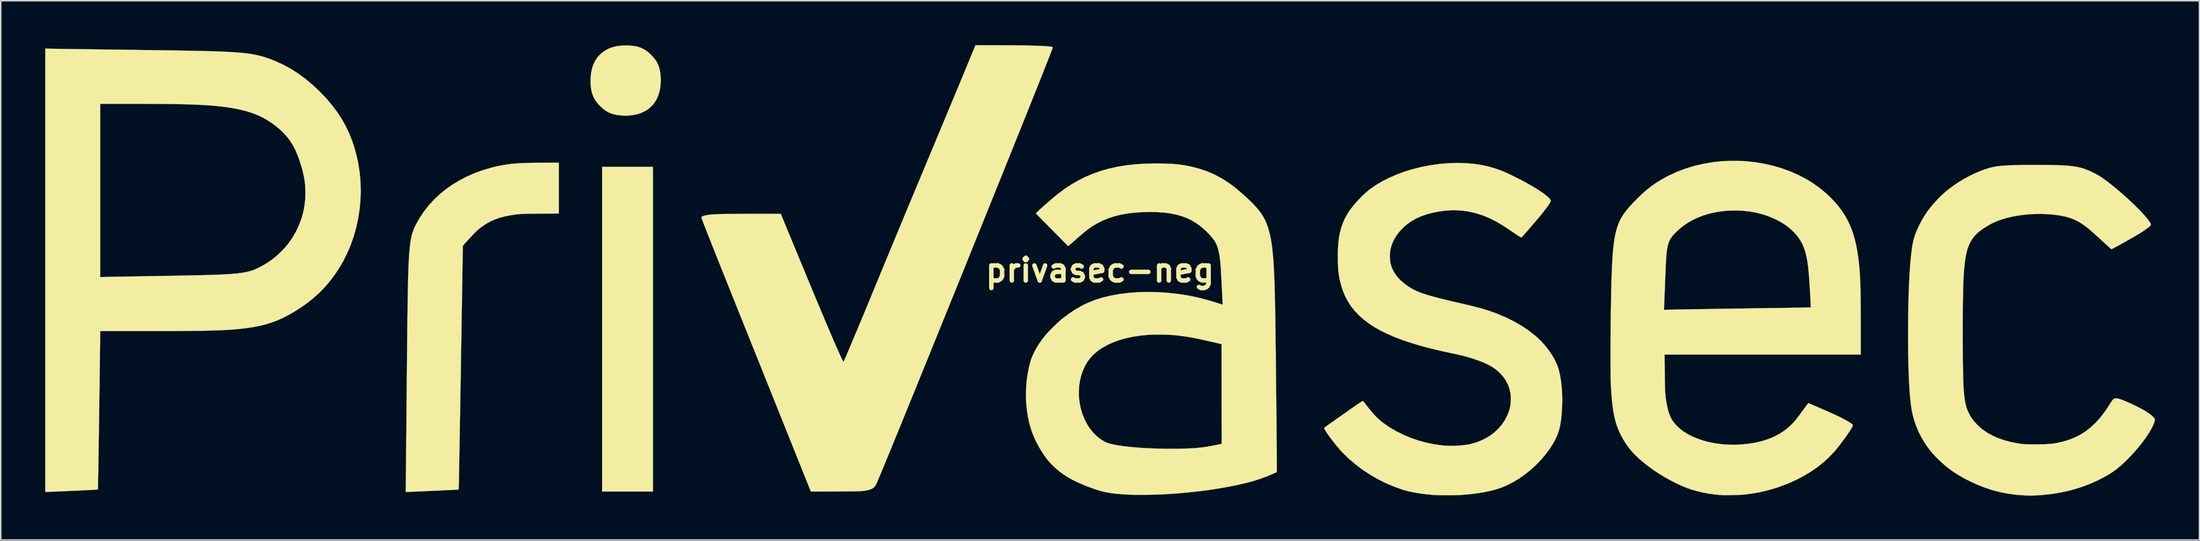
<source format=kicad_pcb>
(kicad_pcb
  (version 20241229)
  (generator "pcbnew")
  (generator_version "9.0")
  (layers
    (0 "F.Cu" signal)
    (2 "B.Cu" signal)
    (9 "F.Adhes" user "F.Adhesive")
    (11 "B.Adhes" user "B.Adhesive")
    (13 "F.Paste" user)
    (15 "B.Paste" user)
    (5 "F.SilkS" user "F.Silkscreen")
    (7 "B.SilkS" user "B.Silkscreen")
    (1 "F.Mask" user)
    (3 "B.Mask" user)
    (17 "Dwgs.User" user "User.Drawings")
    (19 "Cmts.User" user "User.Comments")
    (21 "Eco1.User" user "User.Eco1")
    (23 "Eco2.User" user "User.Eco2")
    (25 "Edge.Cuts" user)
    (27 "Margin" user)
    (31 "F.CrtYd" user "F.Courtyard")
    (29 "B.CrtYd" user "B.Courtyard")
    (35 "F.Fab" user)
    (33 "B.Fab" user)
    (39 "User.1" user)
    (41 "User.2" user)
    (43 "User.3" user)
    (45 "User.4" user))
  (footprint "privasec-neg"
    (layer "F.Cu")
    (at 71.167 15.203)
    (property "Reference" "privasec-neg" (at 0 0 0) (layer "F.SilkS") (effects (font (size 1.524 1.524) (thickness 0.3))))
    (attr through_hole)
    (fp_poly (pts (xy -30.163 14.944) (xy -33.592 14.944) (xy -33.592 -6.985) (xy -30.163 -6.985) (xy -30.163 14.944)) (stroke (width 0.01) (type solid)) (fill yes) (layer "F.SilkS"))
    (fp_poly (pts (xy -31.687 -15.174) (xy -31.425 -15.147) (xy -31.189 -15.098) (xy -30.974 -15.026) (xy -30.774 -14.928) (xy -30.582 -14.803) (xy -30.393 -14.648) (xy -30.316 -14.577) (xy -30.128 -14.378) (xy -29.973 -14.175) (xy -29.85 -13.961) (xy -29.756 -13.733) (xy -29.691 -13.484) (xy -29.65 -13.21) (xy -29.634 -12.906) (xy -29.634 -12.827) (xy -29.65 -12.479) (xy -29.7 -12.156) (xy -29.783 -11.857) (xy -29.897 -11.584) (xy -30.042 -11.338) (xy -30.218 -11.12) (xy -30.423 -10.93) (xy -30.657 -10.771) (xy -30.919 -10.642) (xy -31.21 -10.544) (xy -31.298 -10.522) (xy -31.403 -10.502) (xy -31.532 -10.482) (xy -31.674 -10.464) (xy -31.815 -10.45) (xy -31.943 -10.441) (xy -32.046 -10.438) (xy -32.068 -10.439) (xy -32.123 -10.441) (xy -32.205 -10.447) (xy -32.3 -10.454) (xy -32.333 -10.457) (xy -32.614 -10.492) (xy -32.865 -10.55) (xy -33.093 -10.634) (xy -33.305 -10.748) (xy -33.509 -10.893) (xy -33.679 -11.044) (xy -33.87 -11.243) (xy -34.027 -11.447) (xy -34.152 -11.661) (xy -34.247 -11.889) (xy -34.315 -12.136) (xy -34.355 -12.407) (xy -34.371 -12.705) (xy -34.368 -12.943) (xy -34.339 -13.286) (xy -34.279 -13.6) (xy -34.187 -13.886) (xy -34.063 -14.146) (xy -33.907 -14.379) (xy -33.719 -14.586) (xy -33.584 -14.703) (xy -33.359 -14.858) (xy -33.116 -14.982) (xy -32.852 -15.076) (xy -32.565 -15.14) (xy -32.25 -15.175) (xy -31.983 -15.183) (xy -31.687 -15.174)) (stroke (width 0.01) (type solid)) (fill yes) (layer "F.SilkS"))
    (fp_poly (pts (xy -36.513 -3.836) (xy -37.777 -3.825) (xy -38.075 -3.822) (xy -38.334 -3.819) (xy -38.557 -3.815) (xy -38.747 -3.811) (xy -38.908 -3.806) (xy -39.043 -3.801) (xy -39.156 -3.795) (xy -39.249 -3.788) (xy -39.322 -3.781) (xy -39.744 -3.721) (xy -40.131 -3.645) (xy -40.488 -3.55) (xy -40.817 -3.435) (xy -41.124 -3.3) (xy -41.413 -3.141) (xy -41.687 -2.958) (xy -41.744 -2.916) (xy -41.831 -2.849) (xy -41.913 -2.782) (xy -41.995 -2.71) (xy -42.082 -2.629) (xy -42.178 -2.535) (xy -42.287 -2.423) (xy -42.415 -2.288) (xy -42.565 -2.127) (xy -42.591 -2.1) (xy -42.709 -1.972) (xy -42.802 -1.871) (xy -42.872 -1.792) (xy -42.922 -1.732) (xy -42.956 -1.687) (xy -42.976 -1.652) (xy -42.987 -1.624) (xy -42.99 -1.599) (xy -42.991 -1.592) (xy -42.995 -1.278) (xy -43.001 -0.937) (xy -43.006 -0.572) (xy -43.012 -0.184) (xy -43.019 0.225) (xy -43.025 0.653) (xy -43.032 1.099) (xy -43.04 1.561) (xy -43.048 2.038) (xy -43.056 2.528) (xy -43.064 3.028) (xy -43.072 3.538) (xy -43.081 4.055) (xy -43.089 4.579) (xy -43.098 5.107) (xy -43.107 5.637) (xy -43.116 6.168) (xy -43.124 6.698) (xy -43.133 7.226) (xy -43.142 7.75) (xy -43.151 8.268) (xy -43.16 8.779) (xy -43.168 9.28) (xy -43.176 9.77) (xy -43.185 10.248) (xy -43.193 10.711) (xy -43.2 11.158) (xy -43.208 11.588) (xy -43.215 11.998) (xy -43.222 12.388) (xy -43.228 12.754) (xy -43.235 13.096) (xy -43.24 13.412) (xy -43.246 13.701) (xy -43.25 13.959) (xy -43.255 14.187) (xy -43.258 14.382) (xy -43.262 14.542) (xy -43.264 14.666) (xy -43.266 14.752) (xy -43.268 14.798) (xy -43.268 14.806) (xy -43.291 14.809) (xy -43.351 14.813) (xy -43.447 14.819) (xy -43.573 14.826) (xy -43.726 14.834) (xy -43.902 14.843) (xy -44.097 14.852) (xy -44.308 14.862) (xy -44.531 14.873) (xy -44.761 14.884) (xy -44.995 14.894) (xy -45.229 14.905) (xy -45.46 14.915) (xy -45.682 14.925) (xy -45.894 14.934) (xy -46.09 14.942) (xy -46.267 14.95) (xy -46.421 14.956) (xy -46.548 14.96) (xy -46.644 14.963) (xy -46.707 14.965) (xy -46.712 14.965) (xy -46.846 14.965) (xy -46.833 13.944) (xy -46.831 13.806) (xy -46.829 13.628) (xy -46.827 13.415) (xy -46.824 13.169) (xy -46.821 12.894) (xy -46.818 12.592) (xy -46.815 12.267) (xy -46.811 11.921) (xy -46.808 11.559) (xy -46.804 11.183) (xy -46.8 10.797) (xy -46.797 10.403) (xy -46.793 10.005) (xy -46.79 9.605) (xy -46.788 9.461) (xy -46.781 8.693) (xy -46.775 7.966) (xy -46.768 7.279) (xy -46.762 6.63) (xy -46.756 6.018) (xy -46.75 5.441) (xy -46.745 4.899) (xy -46.739 4.39) (xy -46.734 3.913) (xy -46.729 3.466) (xy -46.723 3.047) (xy -46.718 2.657) (xy -46.713 2.293) (xy -46.708 1.953) (xy -46.702 1.638) (xy -46.697 1.344) (xy -46.691 1.072) (xy -46.686 0.82) (xy -46.68 0.585) (xy -46.674 0.368) (xy -46.668 0.166) (xy -46.662 -0.022) (xy -46.655 -0.196) (xy -46.649 -0.359) (xy -46.642 -0.512) (xy -46.634 -0.655) (xy -46.627 -0.791) (xy -46.619 -0.921) (xy -46.61 -1.046) (xy -46.602 -1.167) (xy -46.597 -1.228) (xy -46.569 -1.543) (xy -46.537 -1.823) (xy -46.497 -2.074) (xy -46.449 -2.304) (xy -46.389 -2.519) (xy -46.317 -2.726) (xy -46.229 -2.931) (xy -46.124 -3.143) (xy -45.999 -3.367) (xy -45.898 -3.539) (xy -45.61 -3.972) (xy -45.288 -4.383) (xy -44.932 -4.772) (xy -44.543 -5.138) (xy -44.125 -5.478) (xy -43.678 -5.792) (xy -43.204 -6.078) (xy -42.706 -6.336) (xy -42.184 -6.564) (xy -41.641 -6.761) (xy -41.078 -6.926) (xy -40.971 -6.953) (xy -40.733 -7.01) (xy -40.504 -7.059) (xy -40.28 -7.102) (xy -40.057 -7.139) (xy -39.829 -7.17) (xy -39.592 -7.195) (xy -39.342 -7.216) (xy -39.074 -7.232) (xy -38.783 -7.244) (xy -38.465 -7.253) (xy -38.116 -7.258) (xy -37.73 -7.26) (xy -37.597 -7.26) (xy -36.513 -7.26) (xy -36.513 -3.836)) (stroke (width 0.01) (type solid)) (fill yes) (layer "F.SilkS"))
    (fp_poly (pts (xy -6.946 -15.197) (xy -6.49 -15.196) (xy -6.056 -15.194) (xy -5.646 -15.19) (xy -5.261 -15.185) (xy -4.904 -15.179) (xy -4.575 -15.172) (xy -4.278 -15.163) (xy -4.013 -15.153) (xy -3.782 -15.142) (xy -3.587 -15.13) (xy -3.43 -15.117) (xy -3.312 -15.103) (xy -3.26 -15.094) (xy -3.209 -15.078) (xy -3.191 -15.054) (xy -3.191 -15.031) (xy -3.2 -15) (xy -3.225 -14.931) (xy -3.264 -14.825) (xy -3.318 -14.684) (xy -3.387 -14.508) (xy -3.468 -14.299) (xy -3.563 -14.057) (xy -3.67 -13.785) (xy -3.79 -13.483) (xy -3.921 -13.152) (xy -4.063 -12.794) (xy -4.216 -12.41) (xy -4.38 -12.001) (xy -4.553 -11.568) (xy -4.735 -11.112) (xy -4.926 -10.635) (xy -5.125 -10.137) (xy -5.332 -9.621) (xy -5.547 -9.086) (xy -5.768 -8.535) (xy -5.996 -7.968) (xy -6.229 -7.387) (xy -6.469 -6.792) (xy -6.713 -6.186) (xy -6.961 -5.569) (xy -7.214 -4.942) (xy -7.47 -4.306) (xy -7.729 -3.664) (xy -7.99 -3.015) (xy -8.254 -2.361) (xy -8.519 -1.704) (xy -8.786 -1.044) (xy -9.053 -0.382) (xy -9.32 0.279) (xy -9.587 0.94) (xy -9.853 1.598) (xy -10.118 2.253) (xy -10.382 2.904) (xy -10.643 3.549) (xy -10.901 4.186) (xy -11.156 4.816) (xy -11.408 5.437) (xy -11.655 6.047) (xy -11.898 6.645) (xy -12.136 7.231) (xy -12.368 7.802) (xy -12.594 8.359) (xy -12.814 8.899) (xy -13.026 9.421) (xy -13.231 9.925) (xy -13.429 10.409) (xy -13.618 10.871) (xy -13.797 11.312) (xy -13.968 11.729) (xy -14.129 12.121) (xy -14.279 12.488) (xy -14.419 12.827) (xy -14.547 13.138) (xy -14.663 13.42) (xy -14.768 13.672) (xy -14.859 13.891) (xy -14.938 14.078) (xy -15.002 14.23) (xy -15.053 14.348) (xy -15.089 14.428) (xy -15.106 14.465) (xy -15.172 14.575) (xy -15.254 14.665) (xy -15.355 14.738) (xy -15.481 14.797) (xy -15.637 14.844) (xy -15.828 14.882) (xy -15.899 14.893) (xy -15.949 14.9) (xy -16.006 14.906) (xy -16.071 14.911) (xy -16.149 14.915) (xy -16.243 14.919) (xy -16.355 14.923) (xy -16.488 14.926) (xy -16.646 14.928) (xy -16.832 14.931) (xy -17.049 14.933) (xy -17.299 14.935) (xy -17.587 14.937) (xy -17.823 14.938) (xy -19.506 14.947) (xy -20.259 13.067) (xy -20.323 12.905) (xy -20.403 12.706) (xy -20.497 12.472) (xy -20.604 12.204) (xy -20.725 11.904) (xy -20.857 11.574) (xy -21 11.216) (xy -21.154 10.832) (xy -21.318 10.423) (xy -21.491 9.992) (xy -21.672 9.54) (xy -21.86 9.069) (xy -22.056 8.582) (xy -22.257 8.079) (xy -22.464 7.563) (xy -22.675 7.036) (xy -22.89 6.499) (xy -23.109 5.955) (xy -23.329 5.405) (xy -23.551 4.851) (xy -23.774 4.295) (xy -23.96 3.832) (xy -24.221 3.179) (xy -24.467 2.565) (xy -24.699 1.987) (xy -24.915 1.446) (xy -25.118 0.94) (xy -25.307 0.467) (xy -25.483 0.027) (xy -25.646 -0.381) (xy -25.797 -0.759) (xy -25.936 -1.107) (xy -26.063 -1.427) (xy -26.179 -1.719) (xy -26.285 -1.986) (xy -26.38 -2.227) (xy -26.466 -2.444) (xy -26.542 -2.638) (xy -26.61 -2.811) (xy -26.669 -2.962) (xy -26.72 -3.094) (xy -26.763 -3.208) (xy -26.799 -3.304) (xy -26.828 -3.383) (xy -26.852 -3.447) (xy -26.869 -3.498) (xy -26.881 -3.534) (xy -26.887 -3.559) (xy -26.889 -3.573) (xy -26.889 -3.576) (xy -26.856 -3.62) (xy -26.788 -3.659) (xy -26.684 -3.693) (xy -26.543 -3.722) (xy -26.364 -3.748) (xy -26.145 -3.769) (xy -25.886 -3.786) (xy -25.855 -3.788) (xy -25.774 -3.791) (xy -25.654 -3.794) (xy -25.499 -3.797) (xy -25.314 -3.8) (xy -25.101 -3.802) (xy -24.866 -3.805) (xy -24.61 -3.806) (xy -24.339 -3.808) (xy -24.056 -3.809) (xy -23.765 -3.81) (xy -23.494 -3.81) (xy -21.536 -3.81) (xy -20.406 -1.074) (xy -20.132 -0.412) (xy -19.873 0.213) (xy -19.63 0.8) (xy -19.401 1.35) (xy -19.187 1.866) (xy -18.986 2.347) (xy -18.799 2.794) (xy -18.625 3.209) (xy -18.463 3.593) (xy -18.313 3.946) (xy -18.176 4.269) (xy -18.049 4.564) (xy -17.934 4.832) (xy -17.829 5.073) (xy -17.734 5.288) (xy -17.649 5.478) (xy -17.574 5.645) (xy -17.507 5.789) (xy -17.449 5.911) (xy -17.409 5.992) (xy -17.309 6.19) (xy -17.272 6.116) (xy -17.247 6.064) (xy -17.206 5.973) (xy -17.15 5.845) (xy -17.08 5.681) (xy -16.996 5.483) (xy -16.897 5.251) (xy -16.786 4.986) (xy -16.662 4.69) (xy -16.525 4.364) (xy -16.377 4.009) (xy -16.217 3.625) (xy -16.046 3.215) (xy -15.865 2.779) (xy -15.674 2.318) (xy -15.474 1.834) (xy -15.264 1.327) (xy -15.046 0.799) (xy -14.948 0.561) (xy -14.405 -0.754) (xy -13.873 -2.038) (xy -13.35 -3.3) (xy -12.831 -4.548) (xy -12.313 -5.792) (xy -12.177 -6.117) (xy -11.889 -6.808) (xy -11.617 -7.46) (xy -11.36 -8.076) (xy -11.118 -8.656) (xy -10.891 -9.201) (xy -10.678 -9.712) (xy -10.478 -10.191) (xy -10.292 -10.638) (xy -10.118 -11.055) (xy -9.956 -11.443) (xy -9.807 -11.802) (xy -9.669 -12.134) (xy -9.541 -12.44) (xy -9.424 -12.722) (xy -9.317 -12.979) (xy -9.22 -13.213) (xy -9.132 -13.426) (xy -9.052 -13.618) (xy -8.986 -13.78) (xy -8.899 -13.99) (xy -8.815 -14.193) (xy -8.736 -14.384) (xy -8.664 -14.559) (xy -8.599 -14.714) (xy -8.545 -14.845) (xy -8.503 -14.948) (xy -8.473 -15.019) (xy -8.463 -15.044) (xy -8.399 -15.198) (xy -6.946 -15.197)) (stroke (width 0.01) (type solid)) (fill yes) (layer "F.SilkS"))
    (fp_poly (pts (xy -70.353 -14.956) (xy -70.218 -14.954) (xy -70.046 -14.951) (xy -69.839 -14.948) (xy -69.602 -14.944) (xy -69.34 -14.941) (xy -69.055 -14.937) (xy -68.753 -14.932) (xy -68.437 -14.928) (xy -68.111 -14.923) (xy -67.78 -14.919) (xy -67.447 -14.915) (xy -67.204 -14.911) (xy -66.536 -14.902) (xy -65.908 -14.894) (xy -65.32 -14.886) (xy -64.769 -14.879) (xy -64.255 -14.871) (xy -63.775 -14.864) (xy -63.328 -14.858) (xy -62.912 -14.852) (xy -62.526 -14.846) (xy -62.168 -14.84) (xy -61.837 -14.834) (xy -61.531 -14.829) (xy -61.249 -14.824) (xy -60.988 -14.819) (xy -60.748 -14.814) (xy -60.527 -14.809) (xy -60.323 -14.804) (xy -60.135 -14.799) (xy -59.961 -14.794) (xy -59.8 -14.789) (xy -59.649 -14.784) (xy -59.508 -14.779) (xy -59.375 -14.774) (xy -59.373 -14.774) (xy -58.96 -14.755) (xy -58.585 -14.735) (xy -58.245 -14.713) (xy -57.935 -14.687) (xy -57.65 -14.657) (xy -57.387 -14.623) (xy -57.142 -14.584) (xy -56.91 -14.538) (xy -56.688 -14.486) (xy -56.471 -14.426) (xy -56.256 -14.359) (xy -56.037 -14.282) (xy -55.811 -14.196) (xy -55.658 -14.134) (xy -55.136 -13.897) (xy -54.625 -13.621) (xy -54.126 -13.305) (xy -53.636 -12.948) (xy -53.156 -12.55) (xy -52.686 -12.111) (xy -52.63 -12.055) (xy -52.203 -11.607) (xy -51.818 -11.154) (xy -51.471 -10.692) (xy -51.162 -10.22) (xy -50.889 -9.734) (xy -50.65 -9.231) (xy -50.444 -8.708) (xy -50.268 -8.162) (xy -50.122 -7.591) (xy -50.051 -7.25) (xy -49.954 -6.634) (xy -49.895 -6.012) (xy -49.876 -5.386) (xy -49.895 -4.76) (xy -49.952 -4.137) (xy -50.046 -3.519) (xy -50.177 -2.91) (xy -50.344 -2.312) (xy -50.547 -1.729) (xy -50.786 -1.163) (xy -51.059 -0.618) (xy -51.256 -0.275) (xy -51.578 0.226) (xy -51.922 0.692) (xy -52.288 1.125) (xy -52.681 1.529) (xy -53.103 1.907) (xy -53.557 2.262) (xy -53.911 2.509) (xy -54.317 2.768) (xy -54.705 2.995) (xy -55.082 3.193) (xy -55.455 3.363) (xy -55.831 3.509) (xy -56.216 3.632) (xy -56.618 3.736) (xy -57.042 3.822) (xy -57.495 3.894) (xy -57.65 3.915) (xy -57.825 3.936) (xy -58.002 3.956) (xy -58.184 3.974) (xy -58.371 3.991) (xy -58.566 4.007) (xy -58.772 4.021) (xy -58.989 4.034) (xy -59.221 4.045) (xy -59.468 4.055) (xy -59.734 4.064) (xy -60.02 4.072) (xy -60.328 4.08) (xy -60.66 4.086) (xy -61.019 4.091) (xy -61.406 4.095) (xy -61.823 4.098) (xy -62.272 4.101) (xy -62.756 4.103) (xy -63.275 4.105) (xy -63.834 4.106) (xy -64.426 4.106) (xy -67.458 4.106) (xy -67.459 4.429) (xy -67.46 4.53) (xy -67.461 4.666) (xy -67.463 4.836) (xy -67.465 5.037) (xy -67.468 5.267) (xy -67.471 5.524) (xy -67.474 5.806) (xy -67.478 6.11) (xy -67.483 6.434) (xy -67.487 6.776) (xy -67.492 7.135) (xy -67.497 7.507) (xy -67.502 7.89) (xy -67.508 8.282) (xy -67.513 8.682) (xy -67.519 9.087) (xy -67.525 9.494) (xy -67.531 9.901) (xy -67.537 10.307) (xy -67.543 10.709) (xy -67.548 11.105) (xy -67.554 11.492) (xy -67.56 11.869) (xy -67.565 12.232) (xy -67.571 12.581) (xy -67.576 12.913) (xy -67.581 13.226) (xy -67.586 13.516) (xy -67.59 13.783) (xy -67.594 14.025) (xy -67.598 14.237) (xy -67.601 14.42) (xy -67.604 14.57) (xy -67.606 14.685) (xy -67.608 14.763) (xy -67.609 14.802) (xy -67.61 14.806) (xy -67.632 14.809) (xy -67.693 14.813) (xy -67.788 14.819) (xy -67.914 14.826) (xy -68.067 14.834) (xy -68.243 14.843) (xy -68.438 14.852) (xy -68.649 14.863) (xy -68.871 14.873) (xy -69.1 14.884) (xy -69.333 14.895) (xy -69.567 14.905) (xy -69.796 14.916) (xy -70.018 14.926) (xy -70.228 14.935) (xy -70.422 14.943) (xy -70.597 14.95) (xy -70.749 14.956) (xy -70.874 14.96) (xy -70.968 14.963) (xy -71.027 14.965) (xy -71.03 14.965) (xy -71.162 14.965) (xy -71.162 0.459) (xy -67.458 0.459) (xy -67.146 0.451) (xy -67.084 0.45) (xy -66.983 0.448) (xy -66.845 0.445) (xy -66.675 0.442) (xy -66.474 0.438) (xy -66.246 0.434) (xy -65.994 0.43) (xy -65.722 0.425) (xy -65.431 0.42) (xy -65.125 0.415) (xy -64.808 0.41) (xy -64.482 0.404) (xy -64.326 0.401) (xy -63.764 0.392) (xy -63.242 0.383) (xy -62.76 0.375) (xy -62.313 0.366) (xy -61.902 0.359) (xy -61.523 0.351) (xy -61.176 0.344) (xy -60.857 0.337) (xy -60.565 0.33) (xy -60.299 0.323) (xy -60.056 0.316) (xy -59.834 0.31) (xy -59.632 0.303) (xy -59.447 0.296) (xy -59.278 0.288) (xy -59.123 0.281) (xy -58.98 0.273) (xy -58.847 0.265) (xy -58.721 0.257) (xy -58.602 0.248) (xy -58.536 0.243) (xy -58.235 0.215) (xy -57.97 0.184) (xy -57.735 0.147) (xy -57.522 0.104) (xy -57.326 0.052) (xy -57.14 -0.01) (xy -56.958 -0.083) (xy -56.773 -0.17) (xy -56.695 -0.209) (xy -56.376 -0.384) (xy -56.088 -0.562) (xy -55.822 -0.753) (xy -55.566 -0.962) (xy -55.312 -1.196) (xy -55.008 -1.511) (xy -54.74 -1.835) (xy -54.503 -2.175) (xy -54.289 -2.54) (xy -54.186 -2.741) (xy -53.994 -3.173) (xy -53.842 -3.603) (xy -53.73 -4.038) (xy -53.654 -4.482) (xy -53.615 -4.942) (xy -53.609 -5.249) (xy -53.616 -5.542) (xy -53.635 -5.82) (xy -53.67 -6.094) (xy -53.72 -6.374) (xy -53.788 -6.67) (xy -53.873 -6.983) (xy -54.003 -7.402) (xy -54.142 -7.783) (xy -54.293 -8.131) (xy -54.46 -8.449) (xy -54.645 -8.743) (xy -54.85 -9.015) (xy -55.08 -9.272) (xy -55.336 -9.516) (xy -55.622 -9.752) (xy -55.88 -9.942) (xy -56.167 -10.131) (xy -56.467 -10.301) (xy -56.783 -10.453) (xy -57.118 -10.588) (xy -57.476 -10.708) (xy -57.86 -10.813) (xy -58.272 -10.904) (xy -58.716 -10.982) (xy -59.195 -11.048) (xy -59.69 -11.1) (xy -59.911 -11.12) (xy -60.14 -11.138) (xy -60.379 -11.154) (xy -60.631 -11.168) (xy -60.898 -11.181) (xy -61.182 -11.193) (xy -61.486 -11.203) (xy -61.812 -11.212) (xy -62.162 -11.219) (xy -62.54 -11.225) (xy -62.947 -11.23) (xy -63.386 -11.234) (xy -63.859 -11.237) (xy -64.368 -11.238) (xy -64.916 -11.239) (xy -65.167 -11.239) (xy -67.458 -11.239) (xy -67.458 0.459) (xy -71.162 0.459) (xy -71.162 -14.97) (xy -70.353 -14.956)) (stroke (width 0.01) (type solid)) (fill yes) (layer "F.SilkS"))
    (fp_poly (pts (xy 63.43 -7.116) (xy 63.954 -7.11) (xy 64.043 -7.109) (xy 64.408 -7.102) (xy 64.736 -7.093) (xy 65.029 -7.079) (xy 65.293 -7.062) (xy 65.532 -7.039) (xy 65.749 -7.011) (xy 65.949 -6.976) (xy 66.136 -6.934) (xy 66.315 -6.884) (xy 66.489 -6.825) (xy 66.664 -6.756) (xy 66.842 -6.678) (xy 67.028 -6.588) (xy 67.035 -6.585) (xy 67.195 -6.502) (xy 67.342 -6.42) (xy 67.485 -6.334) (xy 67.631 -6.237) (xy 67.792 -6.123) (xy 67.975 -5.987) (xy 67.977 -5.986) (xy 68.205 -5.809) (xy 68.439 -5.622) (xy 68.674 -5.426) (xy 68.909 -5.225) (xy 69.142 -5.019) (xy 69.371 -4.812) (xy 69.592 -4.606) (xy 69.803 -4.403) (xy 70.003 -4.205) (xy 70.19 -4.015) (xy 70.359 -3.835) (xy 70.511 -3.667) (xy 70.641 -3.513) (xy 70.748 -3.376) (xy 70.83 -3.259) (xy 70.884 -3.163) (xy 70.907 -3.09) (xy 70.908 -3.077) (xy 70.89 -3.036) (xy 70.836 -2.977) (xy 70.75 -2.902) (xy 70.632 -2.813) (xy 70.486 -2.71) (xy 70.314 -2.595) (xy 70.118 -2.471) (xy 69.992 -2.395) (xy 69.898 -2.339) (xy 69.781 -2.271) (xy 69.647 -2.194) (xy 69.5 -2.11) (xy 69.344 -2.021) (xy 69.184 -1.931) (xy 69.023 -1.841) (xy 68.867 -1.754) (xy 68.718 -1.672) (xy 68.583 -1.598) (xy 68.464 -1.534) (xy 68.367 -1.482) (xy 68.295 -1.445) (xy 68.253 -1.424) (xy 68.244 -1.422) (xy 68.225 -1.437) (xy 68.178 -1.478) (xy 68.107 -1.542) (xy 68.014 -1.626) (xy 67.904 -1.726) (xy 67.779 -1.84) (xy 67.643 -1.965) (xy 67.561 -2.04) (xy 67.411 -2.178) (xy 67.263 -2.313) (xy 67.12 -2.442) (xy 66.989 -2.56) (xy 66.873 -2.662) (xy 66.777 -2.746) (xy 66.706 -2.806) (xy 66.689 -2.821) (xy 66.439 -3.013) (xy 66.193 -3.179) (xy 65.946 -3.322) (xy 65.692 -3.442) (xy 65.426 -3.542) (xy 65.143 -3.623) (xy 64.838 -3.687) (xy 64.504 -3.738) (xy 64.137 -3.775) (xy 63.955 -3.788) (xy 63.487 -3.807) (xy 63.019 -3.8) (xy 62.554 -3.771) (xy 62.098 -3.718) (xy 61.657 -3.644) (xy 61.235 -3.548) (xy 60.837 -3.432) (xy 60.469 -3.296) (xy 60.248 -3.197) (xy 60.092 -3.117) (xy 59.921 -3.019) (xy 59.744 -2.911) (xy 59.574 -2.799) (xy 59.421 -2.69) (xy 59.309 -2.603) (xy 59.148 -2.459) (xy 59.004 -2.308) (xy 58.877 -2.148) (xy 58.765 -1.974) (xy 58.666 -1.784) (xy 58.581 -1.575) (xy 58.507 -1.344) (xy 58.445 -1.087) (xy 58.392 -0.801) (xy 58.348 -0.484) (xy 58.311 -0.132) (xy 58.281 0.258) (xy 58.272 0.404) (xy 58.262 0.6) (xy 58.253 0.834) (xy 58.245 1.101) (xy 58.237 1.399) (xy 58.231 1.722) (xy 58.225 2.069) (xy 58.221 2.435) (xy 58.217 2.817) (xy 58.214 3.211) (xy 58.212 3.613) (xy 58.211 4.02) (xy 58.211 4.428) (xy 58.212 4.834) (xy 58.214 5.234) (xy 58.216 5.624) (xy 58.22 6.001) (xy 58.224 6.361) (xy 58.23 6.701) (xy 58.236 7.017) (xy 58.243 7.305) (xy 58.251 7.562) (xy 58.26 7.784) (xy 58.27 7.968) (xy 58.271 7.98) (xy 58.296 8.302) (xy 58.327 8.587) (xy 58.365 8.841) (xy 58.412 9.069) (xy 58.469 9.276) (xy 58.538 9.468) (xy 58.62 9.65) (xy 58.717 9.828) (xy 58.814 9.982) (xy 58.915 10.119) (xy 59.04 10.269) (xy 59.182 10.421) (xy 59.329 10.566) (xy 59.472 10.691) (xy 59.511 10.722) (xy 59.831 10.947) (xy 60.179 11.146) (xy 60.557 11.318) (xy 60.967 11.465) (xy 61.408 11.586) (xy 61.882 11.682) (xy 62.124 11.72) (xy 62.21 11.731) (xy 62.3 11.74) (xy 62.4 11.746) (xy 62.517 11.751) (xy 62.656 11.755) (xy 62.822 11.757) (xy 63.023 11.758) (xy 63.13 11.758) (xy 63.413 11.756) (xy 63.661 11.752) (xy 63.88 11.743) (xy 64.078 11.729) (xy 64.261 11.711) (xy 64.436 11.685) (xy 64.611 11.654) (xy 64.791 11.614) (xy 64.939 11.578) (xy 65.361 11.455) (xy 65.753 11.302) (xy 66.121 11.118) (xy 66.467 10.901) (xy 66.798 10.648) (xy 67.115 10.356) (xy 67.131 10.341) (xy 67.307 10.158) (xy 67.472 9.97) (xy 67.633 9.77) (xy 67.794 9.553) (xy 67.96 9.311) (xy 68.137 9.037) (xy 68.166 8.99) (xy 68.228 8.897) (xy 68.289 8.813) (xy 68.342 8.746) (xy 68.382 8.707) (xy 68.441 8.673) (xy 68.511 8.654) (xy 68.596 8.653) (xy 68.7 8.669) (xy 68.826 8.702) (xy 68.977 8.755) (xy 69.158 8.828) (xy 69.372 8.921) (xy 69.377 8.923) (xy 69.741 9.091) (xy 70.066 9.251) (xy 70.352 9.404) (xy 70.597 9.549) (xy 70.802 9.685) (xy 70.966 9.813) (xy 71.067 9.908) (xy 71.126 9.971) (xy 71.161 10.014) (xy 71.176 10.049) (xy 71.178 10.085) (xy 71.172 10.123) (xy 71.133 10.28) (xy 71.063 10.461) (xy 70.964 10.663) (xy 70.84 10.883) (xy 70.692 11.118) (xy 70.522 11.364) (xy 70.333 11.619) (xy 70.127 11.88) (xy 69.906 12.143) (xy 69.672 12.406) (xy 69.427 12.665) (xy 69.188 12.903) (xy 68.951 13.126) (xy 68.727 13.32) (xy 68.506 13.494) (xy 68.278 13.654) (xy 68.034 13.808) (xy 67.828 13.927) (xy 67.277 14.212) (xy 66.702 14.463) (xy 66.106 14.679) (xy 65.491 14.858) (xy 64.858 15.002) (xy 64.21 15.109) (xy 63.548 15.179) (xy 63.267 15.197) (xy 63.104 15.205) (xy 62.971 15.21) (xy 62.857 15.213) (xy 62.748 15.214) (xy 62.634 15.212) (xy 62.502 15.207) (xy 62.431 15.205) (xy 61.848 15.165) (xy 61.284 15.092) (xy 60.732 14.984) (xy 60.188 14.841) (xy 59.648 14.66) (xy 59.105 14.44) (xy 58.685 14.245) (xy 58.254 14.023) (xy 57.858 13.793) (xy 57.491 13.55) (xy 57.146 13.29) (xy 56.816 13.009) (xy 56.525 12.732) (xy 56.336 12.538) (xy 56.171 12.358) (xy 56.023 12.182) (xy 55.883 11.998) (xy 55.741 11.797) (xy 55.682 11.711) (xy 55.444 11.319) (xy 55.233 10.905) (xy 55.053 10.477) (xy 54.908 10.042) (xy 54.801 9.612) (xy 54.753 9.346) (xy 54.71 9.038) (xy 54.672 8.689) (xy 54.637 8.297) (xy 54.608 7.863) (xy 54.583 7.387) (xy 54.562 6.869) (xy 54.546 6.31) (xy 54.534 5.708) (xy 54.527 5.064) (xy 54.525 4.379) (xy 54.525 4.307) (xy 54.527 3.658) (xy 54.533 3.035) (xy 54.543 2.437) (xy 54.556 1.868) (xy 54.574 1.327) (xy 54.595 0.816) (xy 54.62 0.337) (xy 54.648 -0.109) (xy 54.679 -0.521) (xy 54.714 -0.898) (xy 54.753 -1.239) (xy 54.794 -1.541) (xy 54.839 -1.805) (xy 54.886 -2.028) (xy 54.909 -2.117) (xy 54.999 -2.4) (xy 55.118 -2.701) (xy 55.26 -3.012) (xy 55.422 -3.324) (xy 55.599 -3.628) (xy 55.786 -3.916) (xy 55.824 -3.969) (xy 56.023 -4.232) (xy 56.251 -4.504) (xy 56.5 -4.774) (xy 56.758 -5.034) (xy 57.019 -5.274) (xy 57.224 -5.446) (xy 57.546 -5.688) (xy 57.887 -5.92) (xy 58.242 -6.137) (xy 58.605 -6.338) (xy 58.971 -6.519) (xy 59.334 -6.677) (xy 59.689 -6.811) (xy 60.029 -6.917) (xy 60.349 -6.992) (xy 60.367 -6.995) (xy 60.549 -7.023) (xy 60.773 -7.048) (xy 61.038 -7.069) (xy 61.342 -7.086) (xy 61.685 -7.099) (xy 62.066 -7.109) (xy 62.485 -7.115) (xy 62.939 -7.117) (xy 63.43 -7.116)) (stroke (width 0.01) (type solid)) (fill yes) (layer "F.SilkS"))
    (fp_poly (pts (xy 24.668 -7.236) (xy 25.214 -7.189) (xy 25.74 -7.11) (xy 26.244 -7) (xy 26.722 -6.858) (xy 26.744 -6.851) (xy 26.911 -6.791) (xy 27.074 -6.729) (xy 27.241 -6.66) (xy 27.417 -6.583) (xy 27.61 -6.494) (xy 27.825 -6.391) (xy 28.068 -6.27) (xy 28.141 -6.234) (xy 28.452 -6.074) (xy 28.749 -5.915) (xy 29.027 -5.758) (xy 29.287 -5.606) (xy 29.525 -5.459) (xy 29.739 -5.319) (xy 29.928 -5.188) (xy 30.089 -5.066) (xy 30.221 -4.955) (xy 30.32 -4.856) (xy 30.386 -4.772) (xy 30.415 -4.703) (xy 30.416 -4.686) (xy 30.403 -4.641) (xy 30.364 -4.566) (xy 30.303 -4.467) (xy 30.221 -4.346) (xy 30.121 -4.207) (xy 30.005 -4.054) (xy 29.877 -3.889) (xy 29.738 -3.717) (xy 29.668 -3.632) (xy 29.59 -3.54) (xy 29.498 -3.43) (xy 29.393 -3.308) (xy 29.281 -3.176) (xy 29.164 -3.039) (xy 29.045 -2.901) (xy 28.927 -2.766) (xy 28.815 -2.637) (xy 28.712 -2.518) (xy 28.62 -2.414) (xy 28.544 -2.327) (xy 28.486 -2.263) (xy 28.451 -2.224) (xy 28.441 -2.215) (xy 28.416 -2.219) (xy 28.362 -2.247) (xy 28.277 -2.297) (xy 28.161 -2.372) (xy 28.011 -2.471) (xy 27.88 -2.56) (xy 27.735 -2.658) (xy 27.592 -2.755) (xy 27.456 -2.846) (xy 27.334 -2.926) (xy 27.233 -2.993) (xy 27.16 -3.04) (xy 27.151 -3.046) (xy 26.688 -3.315) (xy 26.225 -3.543) (xy 25.761 -3.729) (xy 25.294 -3.873) (xy 24.825 -3.975) (xy 24.352 -4.036) (xy 23.874 -4.056) (xy 23.39 -4.035) (xy 22.899 -3.974) (xy 22.874 -3.97) (xy 22.442 -3.884) (xy 22.045 -3.778) (xy 21.681 -3.651) (xy 21.346 -3.502) (xy 21.039 -3.33) (xy 20.755 -3.132) (xy 20.493 -2.909) (xy 20.465 -2.883) (xy 20.217 -2.622) (xy 20.009 -2.354) (xy 19.841 -2.076) (xy 19.712 -1.787) (xy 19.619 -1.484) (xy 19.6 -1.397) (xy 19.573 -1.218) (xy 19.561 -1.019) (xy 19.563 -0.814) (xy 19.579 -0.617) (xy 19.608 -0.442) (xy 19.621 -0.392) (xy 19.717 -0.118) (xy 19.852 0.146) (xy 20.021 0.395) (xy 20.223 0.623) (xy 20.383 0.77) (xy 20.514 0.877) (xy 20.642 0.977) (xy 20.77 1.069) (xy 20.9 1.155) (xy 21.035 1.236) (xy 21.178 1.313) (xy 21.331 1.387) (xy 21.496 1.458) (xy 21.678 1.528) (xy 21.877 1.597) (xy 22.098 1.667) (xy 22.341 1.739) (xy 22.611 1.813) (xy 22.909 1.891) (xy 23.239 1.973) (xy 23.603 2.061) (xy 24.003 2.155) (xy 24.384 2.243) (xy 24.726 2.323) (xy 25.032 2.396) (xy 25.307 2.464) (xy 25.554 2.529) (xy 25.78 2.591) (xy 25.989 2.652) (xy 26.187 2.715) (xy 26.378 2.779) (xy 26.567 2.847) (xy 26.76 2.92) (xy 26.88 2.967) (xy 27.448 3.212) (xy 27.982 3.481) (xy 28.483 3.774) (xy 28.948 4.09) (xy 29.379 4.429) (xy 29.499 4.534) (xy 29.772 4.795) (xy 30.029 5.079) (xy 30.265 5.379) (xy 30.477 5.689) (xy 30.661 6.002) (xy 30.811 6.314) (xy 30.901 6.546) (xy 30.976 6.8) (xy 31.042 7.089) (xy 31.096 7.407) (xy 31.139 7.748) (xy 31.169 8.105) (xy 31.187 8.474) (xy 31.191 8.846) (xy 31.18 9.217) (xy 31.18 9.231) (xy 31.159 9.583) (xy 31.133 9.898) (xy 31.099 10.181) (xy 31.057 10.439) (xy 31.005 10.675) (xy 30.941 10.897) (xy 30.866 11.108) (xy 30.776 11.314) (xy 30.672 11.522) (xy 30.576 11.692) (xy 30.329 12.081) (xy 30.046 12.459) (xy 29.734 12.824) (xy 29.395 13.171) (xy 29.035 13.498) (xy 28.657 13.8) (xy 28.265 14.074) (xy 27.864 14.316) (xy 27.458 14.523) (xy 27.086 14.678) (xy 26.736 14.794) (xy 26.348 14.897) (xy 25.923 14.986) (xy 25.464 15.06) (xy 24.973 15.121) (xy 24.452 15.166) (xy 24.299 15.176) (xy 24.179 15.182) (xy 24.026 15.186) (xy 23.848 15.19) (xy 23.653 15.192) (xy 23.451 15.193) (xy 23.251 15.193) (xy 23.061 15.192) (xy 22.889 15.189) (xy 22.745 15.185) (xy 22.691 15.183) (xy 22.322 15.158) (xy 21.95 15.121) (xy 21.581 15.071) (xy 21.225 15.011) (xy 20.889 14.942) (xy 20.582 14.865) (xy 20.408 14.813) (xy 19.838 14.611) (xy 19.278 14.372) (xy 18.732 14.098) (xy 18.203 13.79) (xy 17.695 13.453) (xy 17.213 13.087) (xy 16.761 12.697) (xy 16.404 12.349) (xy 16.286 12.222) (xy 16.16 12.081) (xy 16.03 11.929) (xy 15.899 11.77) (xy 15.768 11.607) (xy 15.643 11.446) (xy 15.524 11.289) (xy 15.416 11.141) (xy 15.322 11.005) (xy 15.243 10.885) (xy 15.184 10.786) (xy 15.146 10.711) (xy 15.134 10.666) (xy 15.133 10.659) (xy 15.133 10.654) (xy 15.134 10.647) (xy 15.14 10.638) (xy 15.153 10.626) (xy 15.174 10.607) (xy 15.207 10.582) (xy 15.253 10.547) (xy 15.314 10.503) (xy 15.393 10.446) (xy 15.491 10.376) (xy 15.612 10.29) (xy 15.757 10.188) (xy 15.928 10.067) (xy 16.128 9.926) (xy 16.359 9.763) (xy 16.539 9.636) (xy 16.777 9.469) (xy 16.982 9.325) (xy 17.158 9.202) (xy 17.305 9.1) (xy 17.427 9.017) (xy 17.526 8.951) (xy 17.604 8.901) (xy 17.662 8.865) (xy 17.704 8.842) (xy 17.731 8.83) (xy 17.746 8.829) (xy 17.749 8.83) (xy 17.77 8.855) (xy 17.812 8.908) (xy 17.871 8.982) (xy 17.943 9.073) (xy 18.022 9.174) (xy 18.023 9.176) (xy 18.198 9.396) (xy 18.355 9.586) (xy 18.501 9.751) (xy 18.639 9.896) (xy 18.776 10.028) (xy 18.917 10.152) (xy 19.068 10.273) (xy 19.135 10.324) (xy 19.546 10.609) (xy 19.988 10.87) (xy 20.457 11.104) (xy 20.948 11.311) (xy 21.456 11.487) (xy 21.976 11.633) (xy 22.505 11.745) (xy 23.038 11.822) (xy 23.132 11.832) (xy 23.394 11.85) (xy 23.677 11.857) (xy 23.97 11.852) (xy 24.262 11.836) (xy 24.542 11.81) (xy 24.798 11.774) (xy 24.954 11.745) (xy 25.332 11.644) (xy 25.691 11.51) (xy 26.028 11.346) (xy 26.341 11.154) (xy 26.628 10.934) (xy 26.887 10.689) (xy 27.116 10.422) (xy 27.312 10.133) (xy 27.475 9.825) (xy 27.601 9.5) (xy 27.677 9.218) (xy 27.702 9.065) (xy 27.717 8.886) (xy 27.723 8.696) (xy 27.719 8.511) (xy 27.704 8.347) (xy 27.698 8.312) (xy 27.626 7.996) (xy 27.515 7.698) (xy 27.366 7.417) (xy 27.182 7.155) (xy 26.962 6.914) (xy 26.709 6.696) (xy 26.424 6.502) (xy 26.19 6.373) (xy 25.921 6.249) (xy 25.619 6.127) (xy 25.29 6.009) (xy 24.944 5.898) (xy 24.588 5.798) (xy 24.232 5.71) (xy 24.119 5.685) (xy 24.018 5.664) (xy 23.887 5.636) (xy 23.737 5.604) (xy 23.579 5.57) (xy 23.425 5.538) (xy 23.41 5.535) (xy 23.105 5.468) (xy 22.779 5.393) (xy 22.447 5.312) (xy 22.119 5.23) (xy 21.809 5.148) (xy 21.528 5.07) (xy 21.526 5.069) (xy 20.919 4.885) (xy 20.353 4.691) (xy 19.826 4.487) (xy 19.338 4.273) (xy 18.887 4.047) (xy 18.474 3.81) (xy 18.096 3.559) (xy 17.754 3.294) (xy 17.446 3.015) (xy 17.171 2.721) (xy 16.929 2.411) (xy 16.718 2.084) (xy 16.537 1.74) (xy 16.387 1.377) (xy 16.265 0.996) (xy 16.174 0.614) (xy 16.141 0.439) (xy 16.114 0.276) (xy 16.094 0.116) (xy 16.078 -0.049) (xy 16.066 -0.229) (xy 16.057 -0.432) (xy 16.051 -0.668) (xy 16.051 -0.706) (xy 16.049 -1.145) (xy 16.062 -1.549) (xy 16.091 -1.921) (xy 16.137 -2.266) (xy 16.201 -2.587) (xy 16.283 -2.89) (xy 16.384 -3.178) (xy 16.507 -3.455) (xy 16.65 -3.726) (xy 16.772 -3.926) (xy 16.91 -4.127) (xy 17.078 -4.343) (xy 17.266 -4.565) (xy 17.469 -4.788) (xy 17.679 -5.003) (xy 17.89 -5.202) (xy 18.093 -5.379) (xy 18.229 -5.485) (xy 18.633 -5.763) (xy 19.072 -6.022) (xy 19.542 -6.259) (xy 20.041 -6.474) (xy 20.565 -6.666) (xy 21.111 -6.833) (xy 21.675 -6.974) (xy 22.254 -7.088) (xy 22.332 -7.101) (xy 22.933 -7.183) (xy 23.524 -7.233) (xy 24.103 -7.25) (xy 24.668 -7.236)) (stroke (width 0.01) (type solid)) (fill yes) (layer "F.SilkS"))
    (fp_poly (pts (xy 4.085 -7.211) (xy 4.417 -7.204) (xy 4.715 -7.192) (xy 4.986 -7.175) (xy 5.237 -7.153) (xy 5.477 -7.124) (xy 5.714 -7.087) (xy 5.954 -7.043) (xy 6.189 -6.993) (xy 6.717 -6.855) (xy 7.229 -6.679) (xy 7.721 -6.467) (xy 8.193 -6.218) (xy 8.528 -6.011) (xy 8.699 -5.895) (xy 8.863 -5.778) (xy 9.027 -5.653) (xy 9.198 -5.517) (xy 9.382 -5.362) (xy 9.587 -5.184) (xy 9.648 -5.13) (xy 9.934 -4.872) (xy 10.186 -4.632) (xy 10.407 -4.407) (xy 10.6 -4.193) (xy 10.768 -3.987) (xy 10.913 -3.784) (xy 11.038 -3.582) (xy 11.145 -3.376) (xy 11.238 -3.163) (xy 11.319 -2.94) (xy 11.355 -2.828) (xy 11.403 -2.659) (xy 11.448 -2.485) (xy 11.49 -2.302) (xy 11.529 -2.109) (xy 11.564 -1.904) (xy 11.597 -1.685) (xy 11.627 -1.45) (xy 11.654 -1.197) (xy 11.679 -0.924) (xy 11.702 -0.628) (xy 11.723 -0.309) (xy 11.741 0.036) (xy 11.758 0.41) (xy 11.774 0.813) (xy 11.787 1.249) (xy 11.8 1.718) (xy 11.811 2.224) (xy 11.821 2.768) (xy 11.831 3.352) (xy 11.832 3.429) (xy 11.835 3.655) (xy 11.839 3.909) (xy 11.842 4.189) (xy 11.846 4.492) (xy 11.85 4.818) (xy 11.854 5.162) (xy 11.858 5.524) (xy 11.863 5.9) (xy 11.867 6.288) (xy 11.872 6.687) (xy 11.876 7.094) (xy 11.881 7.506) (xy 11.885 7.921) (xy 11.889 8.338) (xy 11.894 8.753) (xy 11.898 9.165) (xy 11.902 9.571) (xy 11.906 9.969) (xy 11.91 10.356) (xy 11.913 10.731) (xy 11.917 11.091) (xy 11.92 11.434) (xy 11.923 11.757) (xy 11.926 12.058) (xy 11.928 12.336) (xy 11.93 12.587) (xy 11.932 12.81) (xy 11.933 13.002) (xy 11.934 13.16) (xy 11.934 13.284) (xy 11.934 13.369) (xy 11.934 13.415) (xy 11.934 13.416) (xy 11.927 13.634) (xy 11.684 13.74) (xy 11.354 13.879) (xy 11.048 13.999) (xy 10.754 14.104) (xy 10.458 14.199) (xy 10.15 14.287) (xy 9.864 14.362) (xy 9.303 14.493) (xy 8.706 14.614) (xy 8.077 14.726) (xy 7.421 14.827) (xy 6.743 14.917) (xy 6.048 14.994) (xy 5.34 15.06) (xy 4.625 15.112) (xy 4.255 15.133) (xy 4.066 15.141) (xy 3.85 15.149) (xy 3.615 15.155) (xy 3.366 15.16) (xy 3.113 15.163) (xy 2.863 15.165) (xy 2.623 15.166) (xy 2.401 15.165) (xy 2.204 15.162) (xy 2.041 15.157) (xy 2.011 15.156) (xy 1.622 15.135) (xy 1.271 15.109) (xy 0.951 15.076) (xy 0.657 15.035) (xy 0.385 14.985) (xy 0.129 14.927) (xy -0.115 14.858) (xy -0.275 14.807) (xy -0.725 14.646) (xy -1.137 14.484) (xy -1.513 14.32) (xy -1.856 14.15) (xy -2.171 13.973) (xy -2.461 13.788) (xy -2.728 13.592) (xy -2.977 13.383) (xy -3.14 13.231) (xy -3.309 13.061) (xy -3.455 12.901) (xy -3.588 12.739) (xy -3.719 12.562) (xy -3.84 12.383) (xy -4.091 11.98) (xy -4.306 11.581) (xy -4.489 11.179) (xy -4.641 10.769) (xy -4.764 10.346) (xy -4.86 9.902) (xy -4.931 9.433) (xy -4.976 8.964) (xy -4.985 8.792) (xy -4.99 8.589) (xy -4.99 8.368) (xy -4.987 8.147) (xy -1.429 8.147) (xy -1.423 8.518) (xy -1.42 8.563) (xy -1.373 8.956) (xy -1.295 9.336) (xy -1.187 9.7) (xy -1.05 10.044) (xy -0.886 10.367) (xy -0.696 10.666) (xy -0.482 10.937) (xy -0.246 11.179) (xy 0.011 11.388) (xy 0.287 11.561) (xy 0.355 11.597) (xy 0.5 11.658) (xy 0.687 11.715) (xy 0.915 11.769) (xy 1.184 11.819) (xy 1.493 11.866) (xy 1.842 11.909) (xy 2.23 11.948) (xy 2.658 11.983) (xy 2.952 12.003) (xy 3.259 12.02) (xy 3.594 12.034) (xy 3.947 12.044) (xy 4.311 12.051) (xy 4.679 12.054) (xy 5.042 12.054) (xy 5.391 12.05) (xy 5.72 12.043) (xy 6.02 12.032) (xy 6.202 12.022) (xy 6.501 12.001) (xy 6.773 11.976) (xy 7.035 11.943) (xy 7.302 11.901) (xy 7.59 11.848) (xy 7.631 11.84) (xy 7.771 11.813) (xy 7.9 11.787) (xy 8.011 11.765) (xy 8.096 11.748) (xy 8.151 11.736) (xy 8.165 11.733) (xy 8.213 11.722) (xy 8.207 8.354) (xy 8.202 4.986) (xy 7.535 4.832) (xy 7.198 4.755) (xy 6.897 4.688) (xy 6.625 4.63) (xy 6.378 4.58) (xy 6.149 4.537) (xy 5.933 4.499) (xy 5.725 4.467) (xy 5.519 4.439) (xy 5.309 4.413) (xy 5.112 4.391) (xy 4.934 4.376) (xy 4.725 4.364) (xy 4.495 4.354) (xy 4.252 4.347) (xy 4.008 4.344) (xy 3.771 4.343) (xy 3.551 4.346) (xy 3.359 4.353) (xy 3.27 4.359) (xy 2.745 4.409) (xy 2.246 4.484) (xy 1.774 4.584) (xy 1.331 4.707) (xy 0.918 4.855) (xy 0.537 5.025) (xy 0.187 5.218) (xy -0.129 5.432) (xy -0.411 5.669) (xy -0.621 5.886) (xy -0.818 6.14) (xy -0.99 6.425) (xy -1.136 6.736) (xy -1.254 7.069) (xy -1.343 7.418) (xy -1.402 7.779) (xy -1.429 8.147) (xy -4.987 8.147) (xy -4.987 8.14) (xy -4.979 7.917) (xy -4.968 7.711) (xy -4.954 7.534) (xy -4.953 7.525) (xy -4.921 7.263) (xy -4.879 6.995) (xy -4.829 6.729) (xy -4.772 6.473) (xy -4.712 6.236) (xy -4.649 6.028) (xy -4.606 5.908) (xy -4.469 5.594) (xy -4.297 5.271) (xy -4.094 4.943) (xy -3.864 4.618) (xy -3.754 4.477) (xy -3.648 4.35) (xy -3.515 4.203) (xy -3.364 4.043) (xy -3.2 3.877) (xy -3.032 3.712) (xy -2.865 3.554) (xy -2.707 3.41) (xy -2.564 3.288) (xy -2.519 3.251) (xy -2.082 2.923) (xy -1.645 2.634) (xy -1.205 2.384) (xy -0.759 2.17) (xy -0.301 1.991) (xy 0.171 1.845) (xy 0.186 1.841) (xy 0.76 1.704) (xy 1.361 1.598) (xy 1.985 1.523) (xy 2.628 1.478) (xy 3.288 1.463) (xy 3.96 1.48) (xy 4.643 1.527) (xy 5.331 1.605) (xy 5.44 1.621) (xy 6.013 1.715) (xy 6.586 1.836) (xy 7.169 1.984) (xy 7.771 2.162) (xy 7.784 2.167) (xy 8.276 2.323) (xy 8.276 2.257) (xy 8.275 2.216) (xy 8.272 2.138) (xy 8.267 2.027) (xy 8.26 1.889) (xy 8.252 1.727) (xy 8.243 1.548) (xy 8.233 1.356) (xy 8.223 1.155) (xy 8.212 0.951) (xy 8.201 0.748) (xy 8.191 0.551) (xy 8.181 0.366) (xy 8.171 0.196) (xy 8.163 0.047) (xy 8.156 -0.076) (xy 8.15 -0.168) (xy 8.149 -0.191) (xy 8.122 -0.523) (xy 8.09 -0.817) (xy 8.051 -1.077) (xy 8.004 -1.306) (xy 7.95 -1.509) (xy 7.886 -1.688) (xy 7.811 -1.849) (xy 7.727 -1.993) (xy 7.588 -2.183) (xy 7.417 -2.382) (xy 7.222 -2.585) (xy 7.008 -2.783) (xy 6.783 -2.972) (xy 6.553 -3.143) (xy 6.452 -3.211) (xy 6.158 -3.385) (xy 5.844 -3.534) (xy 5.507 -3.659) (xy 5.146 -3.76) (xy 4.757 -3.838) (xy 4.338 -3.893) (xy 3.888 -3.926) (xy 3.403 -3.937) (xy 3.38 -3.937) (xy 2.831 -3.925) (xy 2.315 -3.89) (xy 1.83 -3.83) (xy 1.374 -3.747) (xy 0.943 -3.637) (xy 0.536 -3.502) (xy 0.15 -3.341) (xy -0.217 -3.153) (xy -0.518 -2.969) (xy -0.618 -2.903) (xy -0.711 -2.838) (xy -0.803 -2.772) (xy -0.897 -2.701) (xy -0.999 -2.62) (xy -1.112 -2.526) (xy -1.243 -2.415) (xy -1.395 -2.284) (xy -1.573 -2.129) (xy -1.595 -2.109) (xy -2.142 -1.63) (xy -3.225 -2.723) (xy -3.402 -2.902) (xy -3.571 -3.072) (xy -3.728 -3.232) (xy -3.872 -3.378) (xy -4.001 -3.509) (xy -4.111 -3.621) (xy -4.201 -3.713) (xy -4.267 -3.782) (xy -4.309 -3.826) (xy -4.322 -3.841) (xy -4.31 -3.86) (xy -4.269 -3.903) (xy -4.204 -3.967) (xy -4.116 -4.049) (xy -4.011 -4.145) (xy -3.892 -4.253) (xy -3.763 -4.369) (xy -3.626 -4.489) (xy -3.487 -4.611) (xy -3.347 -4.732) (xy -3.212 -4.848) (xy -3.084 -4.956) (xy -2.968 -5.052) (xy -2.877 -5.126) (xy -2.421 -5.469) (xy -1.955 -5.78) (xy -1.478 -6.058) (xy -0.987 -6.304) (xy -0.481 -6.52) (xy 0.044 -6.705) (xy 0.588 -6.861) (xy 1.154 -6.987) (xy 1.745 -7.085) (xy 2.361 -7.155) (xy 3.006 -7.198) (xy 3.682 -7.214) (xy 4.085 -7.211)) (stroke (width 0.01) (type solid)) (fill yes) (layer "F.SilkS"))
    (fp_poly (pts (xy 42.994 -7.385) (xy 43.186 -7.382) (xy 43.36 -7.378) (xy 43.506 -7.371) (xy 43.593 -7.365) (xy 44.229 -7.294) (xy 44.849 -7.188) (xy 45.45 -7.048) (xy 46.031 -6.875) (xy 46.59 -6.67) (xy 47.126 -6.433) (xy 47.638 -6.166) (xy 48.123 -5.868) (xy 48.581 -5.54) (xy 49.009 -5.183) (xy 49.297 -4.91) (xy 49.582 -4.611) (xy 49.84 -4.306) (xy 50.072 -3.994) (xy 50.28 -3.672) (xy 50.466 -3.335) (xy 50.629 -2.982) (xy 50.773 -2.608) (xy 50.896 -2.212) (xy 51.002 -1.789) (xy 51.091 -1.337) (xy 51.164 -0.853) (xy 51.223 -0.333) (xy 51.254 0.021) (xy 51.266 0.189) (xy 51.277 0.361) (xy 51.287 0.54) (xy 51.296 0.728) (xy 51.303 0.931) (xy 51.309 1.149) (xy 51.315 1.386) (xy 51.319 1.646) (xy 51.322 1.932) (xy 51.325 2.245) (xy 51.327 2.59) (xy 51.328 2.97) (xy 51.329 3.387) (xy 51.329 3.635) (xy 51.329 5.694) (xy 38.096 5.694) (xy 38.106 6.906) (xy 38.109 7.202) (xy 38.112 7.46) (xy 38.116 7.685) (xy 38.121 7.881) (xy 38.127 8.053) (xy 38.134 8.206) (xy 38.144 8.344) (xy 38.155 8.472) (xy 38.169 8.594) (xy 38.186 8.714) (xy 38.205 8.838) (xy 38.228 8.97) (xy 38.228 8.975) (xy 38.282 9.249) (xy 38.341 9.488) (xy 38.407 9.696) (xy 38.482 9.881) (xy 38.544 10.006) (xy 38.698 10.248) (xy 38.89 10.477) (xy 39.118 10.691) (xy 39.377 10.888) (xy 39.667 11.069) (xy 39.984 11.231) (xy 40.327 11.375) (xy 40.692 11.498) (xy 41.076 11.601) (xy 41.478 11.682) (xy 41.895 11.74) (xy 42.324 11.775) (xy 42.763 11.784) (xy 43.187 11.77) (xy 43.704 11.723) (xy 44.19 11.646) (xy 44.646 11.541) (xy 45.073 11.407) (xy 45.47 11.243) (xy 45.839 11.05) (xy 46.179 10.827) (xy 46.493 10.574) (xy 46.617 10.458) (xy 46.698 10.378) (xy 46.771 10.302) (xy 46.841 10.226) (xy 46.912 10.145) (xy 46.986 10.054) (xy 47.068 9.948) (xy 47.163 9.822) (xy 47.273 9.672) (xy 47.403 9.493) (xy 47.422 9.467) (xy 47.514 9.341) (xy 47.598 9.226) (xy 47.671 9.128) (xy 47.73 9.051) (xy 47.772 8.999) (xy 47.792 8.975) (xy 47.794 8.975) (xy 47.819 8.983) (xy 47.879 9.007) (xy 47.969 9.044) (xy 48.083 9.092) (xy 48.219 9.151) (xy 48.371 9.216) (xy 48.535 9.288) (xy 48.707 9.363) (xy 48.882 9.439) (xy 49.055 9.516) (xy 49.223 9.591) (xy 49.381 9.661) (xy 49.524 9.725) (xy 49.648 9.782) (xy 49.748 9.828) (xy 49.805 9.856) (xy 50.038 9.971) (xy 50.243 10.078) (xy 50.419 10.175) (xy 50.564 10.262) (xy 50.676 10.337) (xy 50.753 10.399) (xy 50.794 10.448) (xy 50.8 10.468) (xy 50.787 10.515) (xy 50.751 10.59) (xy 50.693 10.691) (xy 50.617 10.813) (xy 50.525 10.953) (xy 50.421 11.106) (xy 50.306 11.269) (xy 50.184 11.438) (xy 50.057 11.609) (xy 49.929 11.778) (xy 49.8 11.941) (xy 49.676 12.095) (xy 49.567 12.224) (xy 49.218 12.598) (xy 48.832 12.953) (xy 48.412 13.288) (xy 47.961 13.601) (xy 47.479 13.891) (xy 46.971 14.157) (xy 46.437 14.396) (xy 45.881 14.608) (xy 45.762 14.648) (xy 45.32 14.788) (xy 44.888 14.903) (xy 44.455 14.999) (xy 44.007 15.077) (xy 43.533 15.14) (xy 43.476 15.146) (xy 43.375 15.155) (xy 43.24 15.163) (xy 43.081 15.171) (xy 42.905 15.178) (xy 42.72 15.183) (xy 42.536 15.187) (xy 42.36 15.189) (xy 42.201 15.19) (xy 42.067 15.189) (xy 41.966 15.185) (xy 41.963 15.185) (xy 41.523 15.145) (xy 41.078 15.084) (xy 40.641 15.002) (xy 40.224 14.902) (xy 39.962 14.827) (xy 39.617 14.707) (xy 39.252 14.558) (xy 38.873 14.383) (xy 38.487 14.185) (xy 38.1 13.968) (xy 37.719 13.735) (xy 37.35 13.49) (xy 37.03 13.26) (xy 36.699 13.002) (xy 36.404 12.752) (xy 36.141 12.506) (xy 35.907 12.259) (xy 35.696 12.007) (xy 35.506 11.745) (xy 35.332 11.468) (xy 35.178 11.19) (xy 35.07 10.973) (xy 34.974 10.755) (xy 34.889 10.534) (xy 34.814 10.305) (xy 34.748 10.064) (xy 34.69 9.807) (xy 34.639 9.53) (xy 34.595 9.23) (xy 34.557 8.902) (xy 34.524 8.543) (xy 34.494 8.148) (xy 34.476 7.853) (xy 34.469 7.707) (xy 34.464 7.522) (xy 34.459 7.302) (xy 34.455 7.048) (xy 34.452 6.765) (xy 34.45 6.455) (xy 34.449 6.121) (xy 34.448 5.768) (xy 34.449 5.397) (xy 34.45 5.013) (xy 34.452 4.618) (xy 34.455 4.215) (xy 34.458 3.808) (xy 34.462 3.399) (xy 34.467 2.993) (xy 34.472 2.67) (xy 38.052 2.67) (xy 38.663 2.657) (xy 38.777 2.655) (xy 38.929 2.652) (xy 39.115 2.648) (xy 39.33 2.645) (xy 39.571 2.64) (xy 39.832 2.636) (xy 40.109 2.631) (xy 40.399 2.627) (xy 40.697 2.622) (xy 40.998 2.617) (xy 41.233 2.614) (xy 41.543 2.609) (xy 41.89 2.604) (xy 42.266 2.598) (xy 42.664 2.592) (xy 43.077 2.586) (xy 43.501 2.58) (xy 43.926 2.573) (xy 44.348 2.567) (xy 44.759 2.561) (xy 45.152 2.555) (xy 45.522 2.55) (xy 45.561 2.549) (xy 45.875 2.545) (xy 46.176 2.54) (xy 46.464 2.536) (xy 46.734 2.531) (xy 46.984 2.527) (xy 47.212 2.524) (xy 47.414 2.52) (xy 47.588 2.517) (xy 47.732 2.514) (xy 47.842 2.512) (xy 47.916 2.51) (xy 47.951 2.509) (xy 47.954 2.509) (xy 47.956 2.487) (xy 47.956 2.428) (xy 47.954 2.335) (xy 47.949 2.213) (xy 47.942 2.066) (xy 47.934 1.899) (xy 47.924 1.715) (xy 47.913 1.52) (xy 47.901 1.317) (xy 47.888 1.112) (xy 47.875 0.907) (xy 47.861 0.709) (xy 47.848 0.52) (xy 47.835 0.346) (xy 47.822 0.19) (xy 47.816 0.116) (xy 47.775 -0.278) (xy 47.724 -0.635) (xy 47.662 -0.958) (xy 47.587 -1.251) (xy 47.498 -1.518) (xy 47.394 -1.763) (xy 47.272 -1.989) (xy 47.133 -2.201) (xy 46.973 -2.403) (xy 46.843 -2.546) (xy 46.638 -2.747) (xy 46.43 -2.926) (xy 46.209 -3.087) (xy 45.966 -3.238) (xy 45.693 -3.386) (xy 45.604 -3.43) (xy 45.194 -3.612) (xy 44.775 -3.761) (xy 44.343 -3.876) (xy 43.893 -3.961) (xy 43.421 -4.014) (xy 43 -4.036) (xy 42.514 -4.033) (xy 42.038 -3.997) (xy 41.574 -3.928) (xy 41.126 -3.829) (xy 40.696 -3.698) (xy 40.288 -3.538) (xy 39.904 -3.35) (xy 39.547 -3.134) (xy 39.221 -2.891) (xy 39.172 -2.851) (xy 38.972 -2.675) (xy 38.805 -2.516) (xy 38.667 -2.367) (xy 38.555 -2.224) (xy 38.465 -2.081) (xy 38.394 -1.933) (xy 38.34 -1.775) (xy 38.297 -1.6) (xy 38.27 -1.45) (xy 38.256 -1.362) (xy 38.244 -1.272) (xy 38.233 -1.178) (xy 38.222 -1.075) (xy 38.212 -0.961) (xy 38.203 -0.831) (xy 38.194 -0.682) (xy 38.184 -0.511) (xy 38.174 -0.315) (xy 38.164 -0.089) (xy 38.153 0.17) (xy 38.141 0.466) (xy 38.132 0.688) (xy 38.123 0.931) (xy 38.113 1.172) (xy 38.104 1.403) (xy 38.095 1.622) (xy 38.087 1.822) (xy 38.08 1.999) (xy 38.074 2.148) (xy 38.069 2.264) (xy 38.066 2.335) (xy 38.052 2.67) (xy 34.472 2.67) (xy 34.473 2.591) (xy 34.479 2.198) (xy 34.486 1.816) (xy 34.493 1.449) (xy 34.501 1.099) (xy 34.51 0.77) (xy 34.519 0.465) (xy 34.523 0.339) (xy 34.542 -0.126) (xy 34.563 -0.551) (xy 34.587 -0.94) (xy 34.615 -1.294) (xy 34.647 -1.617) (xy 34.684 -1.912) (xy 34.726 -2.182) (xy 34.774 -2.428) (xy 34.827 -2.655) (xy 34.887 -2.864) (xy 34.954 -3.058) (xy 35.028 -3.241) (xy 35.109 -3.415) (xy 35.127 -3.45) (xy 35.219 -3.615) (xy 35.326 -3.782) (xy 35.451 -3.956) (xy 35.598 -4.139) (xy 35.769 -4.336) (xy 35.967 -4.55) (xy 36.196 -4.785) (xy 36.248 -4.838) (xy 36.566 -5.145) (xy 36.876 -5.419) (xy 37.186 -5.666) (xy 37.502 -5.89) (xy 37.835 -6.099) (xy 38.19 -6.298) (xy 38.396 -6.404) (xy 38.948 -6.656) (xy 39.521 -6.872) (xy 40.115 -7.052) (xy 40.73 -7.195) (xy 41.366 -7.302) (xy 41.942 -7.365) (xy 42.062 -7.373) (xy 42.216 -7.379) (xy 42.395 -7.383) (xy 42.59 -7.385) (xy 42.793 -7.386) (xy 42.994 -7.385)) (stroke (width 0.01) (type solid)) (fill yes) (layer "F.SilkS")))
  (gr_rect
    (start -3 -3)
    (end 145.35 33.421)
    (stroke (width 0.1) (type default))
    (fill no)
    (layer "Edge.Cuts")))
</source>
